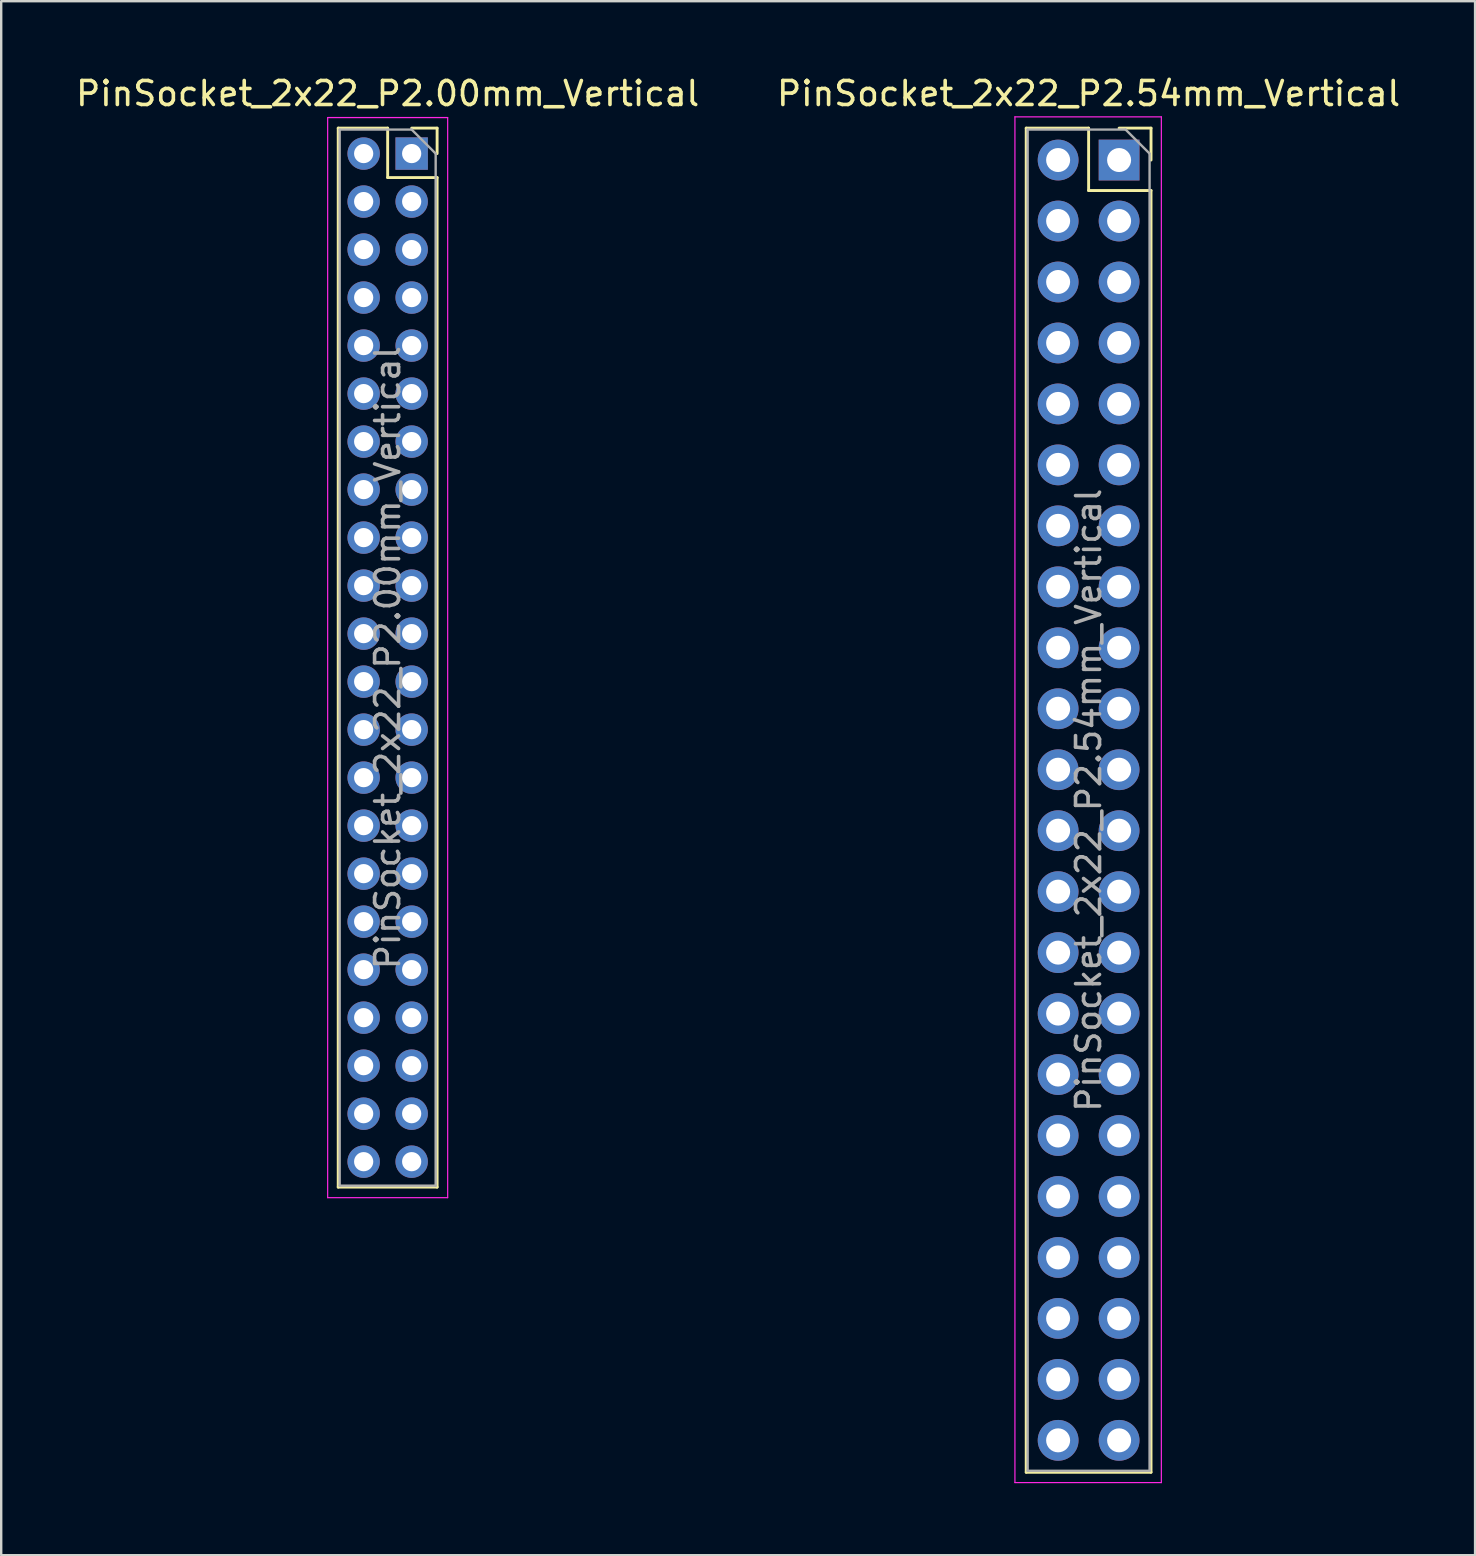
<source format=kicad_pcb>
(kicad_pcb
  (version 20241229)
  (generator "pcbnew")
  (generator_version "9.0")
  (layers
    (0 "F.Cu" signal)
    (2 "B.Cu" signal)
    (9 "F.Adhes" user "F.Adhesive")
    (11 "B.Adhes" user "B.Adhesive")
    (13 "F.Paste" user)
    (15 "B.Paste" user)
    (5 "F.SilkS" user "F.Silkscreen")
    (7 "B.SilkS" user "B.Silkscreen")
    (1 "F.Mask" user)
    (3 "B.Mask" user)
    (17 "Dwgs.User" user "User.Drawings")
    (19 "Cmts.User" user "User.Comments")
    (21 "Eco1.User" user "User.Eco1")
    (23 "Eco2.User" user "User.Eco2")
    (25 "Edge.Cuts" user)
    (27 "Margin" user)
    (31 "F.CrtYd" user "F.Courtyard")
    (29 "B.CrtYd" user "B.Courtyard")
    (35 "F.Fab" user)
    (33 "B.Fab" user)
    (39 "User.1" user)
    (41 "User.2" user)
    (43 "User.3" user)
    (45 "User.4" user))
  (footprint "PinSocket_2x22_P2.54mm_Vertical"
    (layer "F.Cu")
    (at 43.574 3.618)
    (property "Reference" "PinSocket_2x22_P2.54mm_Vertical" (at -1.27 -2.77 0) (layer "F.SilkS") (effects (font (size 1 1) (thickness 0.15))))
    (attr through_hole)
    (fp_line (start -3.87 -1.33) (end -3.87 54.67) (stroke (width 0.12) (type solid)) (layer "F.SilkS"))
    (fp_line (start -3.87 -1.33) (end -1.27 -1.33) (stroke (width 0.12) (type solid)) (layer "F.SilkS"))
    (fp_line (start -3.87 54.67) (end 1.33 54.67) (stroke (width 0.12) (type solid)) (layer "F.SilkS"))
    (fp_line (start -1.27 -1.33) (end -1.27 1.27) (stroke (width 0.12) (type solid)) (layer "F.SilkS"))
    (fp_line (start -1.27 1.27) (end 1.33 1.27) (stroke (width 0.12) (type solid)) (layer "F.SilkS"))
    (fp_line (start 0 -1.33) (end 1.33 -1.33) (stroke (width 0.12) (type solid)) (layer "F.SilkS"))
    (fp_line (start 1.33 -1.33) (end 1.33 0) (stroke (width 0.12) (type solid)) (layer "F.SilkS"))
    (fp_line (start 1.33 1.27) (end 1.33 54.67) (stroke (width 0.12) (type solid)) (layer "F.SilkS"))
    (fp_line (start -4.34 -1.8) (end 1.76 -1.8) (stroke (width 0.05) (type solid)) (layer "F.CrtYd"))
    (fp_line (start -4.34 55.1) (end -4.34 -1.8) (stroke (width 0.05) (type solid)) (layer "F.CrtYd"))
    (fp_line (start 1.76 -1.8) (end 1.76 55.1) (stroke (width 0.05) (type solid)) (layer "F.CrtYd"))
    (fp_line (start 1.76 55.1) (end -4.34 55.1) (stroke (width 0.05) (type solid)) (layer "F.CrtYd"))
    (fp_line (start -3.81 -1.27) (end 0.27 -1.27) (stroke (width 0.1) (type solid)) (layer "F.Fab"))
    (fp_line (start -3.81 54.61) (end -3.81 -1.27) (stroke (width 0.1) (type solid)) (layer "F.Fab"))
    (fp_line (start 0.27 -1.27) (end 1.27 -0.27) (stroke (width 0.1) (type solid)) (layer "F.Fab"))
    (fp_line (start 1.27 -0.27) (end 1.27 54.61) (stroke (width 0.1) (type solid)) (layer "F.Fab"))
    (fp_line (start 1.27 54.61) (end -3.81 54.61) (stroke (width 0.1) (type solid)) (layer "F.Fab"))
    (fp_text user "${REFERENCE}" (at -1.27 26.67 90) (layer "F.Fab") (effects (font (size 1 1) (thickness 0.15))))
    (pad "1" thru_hole rect (at 0 0) (size 1.7 1.7) (drill 1) (layers "*.Cu" "*.Mask"))
    (pad "2" thru_hole oval (at -2.54 0) (size 1.7 1.7) (drill 1) (layers "*.Cu" "*.Mask"))
    (pad "3" thru_hole oval (at 0 2.54) (size 1.7 1.7) (drill 1) (layers "*.Cu" "*.Mask"))
    (pad "4" thru_hole oval (at -2.54 2.54) (size 1.7 1.7) (drill 1) (layers "*.Cu" "*.Mask"))
    (pad "5" thru_hole oval (at 0 5.08) (size 1.7 1.7) (drill 1) (layers "*.Cu" "*.Mask"))
    (pad "6" thru_hole oval (at -2.54 5.08) (size 1.7 1.7) (drill 1) (layers "*.Cu" "*.Mask"))
    (pad "7" thru_hole oval (at 0 7.62) (size 1.7 1.7) (drill 1) (layers "*.Cu" "*.Mask"))
    (pad "8" thru_hole oval (at -2.54 7.62) (size 1.7 1.7) (drill 1) (layers "*.Cu" "*.Mask"))
    (pad "9" thru_hole oval (at 0 10.16) (size 1.7 1.7) (drill 1) (layers "*.Cu" "*.Mask"))
    (pad "10" thru_hole oval (at -2.54 10.16) (size 1.7 1.7) (drill 1) (layers "*.Cu" "*.Mask"))
    (pad "11" thru_hole oval (at 0 12.7) (size 1.7 1.7) (drill 1) (layers "*.Cu" "*.Mask"))
    (pad "12" thru_hole oval (at -2.54 12.7) (size 1.7 1.7) (drill 1) (layers "*.Cu" "*.Mask"))
    (pad "13" thru_hole oval (at 0 15.24) (size 1.7 1.7) (drill 1) (layers "*.Cu" "*.Mask"))
    (pad "14" thru_hole oval (at -2.54 15.24) (size 1.7 1.7) (drill 1) (layers "*.Cu" "*.Mask"))
    (pad "15" thru_hole oval (at 0 17.78) (size 1.7 1.7) (drill 1) (layers "*.Cu" "*.Mask"))
    (pad "16" thru_hole oval (at -2.54 17.78) (size 1.7 1.7) (drill 1) (layers "*.Cu" "*.Mask"))
    (pad "17" thru_hole oval (at 0 20.32) (size 1.7 1.7) (drill 1) (layers "*.Cu" "*.Mask"))
    (pad "18" thru_hole oval (at -2.54 20.32) (size 1.7 1.7) (drill 1) (layers "*.Cu" "*.Mask"))
    (pad "19" thru_hole oval (at 0 22.86) (size 1.7 1.7) (drill 1) (layers "*.Cu" "*.Mask"))
    (pad "20" thru_hole oval (at -2.54 22.86) (size 1.7 1.7) (drill 1) (layers "*.Cu" "*.Mask"))
    (pad "21" thru_hole oval (at 0 25.4) (size 1.7 1.7) (drill 1) (layers "*.Cu" "*.Mask"))
    (pad "22" thru_hole oval (at -2.54 25.4) (size 1.7 1.7) (drill 1) (layers "*.Cu" "*.Mask"))
    (pad "23" thru_hole oval (at 0 27.94) (size 1.7 1.7) (drill 1) (layers "*.Cu" "*.Mask"))
    (pad "24" thru_hole oval (at -2.54 27.94) (size 1.7 1.7) (drill 1) (layers "*.Cu" "*.Mask"))
    (pad "25" thru_hole oval (at 0 30.48) (size 1.7 1.7) (drill 1) (layers "*.Cu" "*.Mask"))
    (pad "26" thru_hole oval (at -2.54 30.48) (size 1.7 1.7) (drill 1) (layers "*.Cu" "*.Mask"))
    (pad "27" thru_hole oval (at 0 33.02) (size 1.7 1.7) (drill 1) (layers "*.Cu" "*.Mask"))
    (pad "28" thru_hole oval (at -2.54 33.02) (size 1.7 1.7) (drill 1) (layers "*.Cu" "*.Mask"))
    (pad "29" thru_hole oval (at 0 35.56) (size 1.7 1.7) (drill 1) (layers "*.Cu" "*.Mask"))
    (pad "30" thru_hole oval (at -2.54 35.56) (size 1.7 1.7) (drill 1) (layers "*.Cu" "*.Mask"))
    (pad "31" thru_hole oval (at 0 38.1) (size 1.7 1.7) (drill 1) (layers "*.Cu" "*.Mask"))
    (pad "32" thru_hole oval (at -2.54 38.1) (size 1.7 1.7) (drill 1) (layers "*.Cu" "*.Mask"))
    (pad "33" thru_hole oval (at 0 40.64) (size 1.7 1.7) (drill 1) (layers "*.Cu" "*.Mask"))
    (pad "34" thru_hole oval (at -2.54 40.64) (size 1.7 1.7) (drill 1) (layers "*.Cu" "*.Mask"))
    (pad "35" thru_hole oval (at 0 43.18) (size 1.7 1.7) (drill 1) (layers "*.Cu" "*.Mask"))
    (pad "36" thru_hole oval (at -2.54 43.18) (size 1.7 1.7) (drill 1) (layers "*.Cu" "*.Mask"))
    (pad "37" thru_hole oval (at 0 45.72) (size 1.7 1.7) (drill 1) (layers "*.Cu" "*.Mask"))
    (pad "38" thru_hole oval (at -2.54 45.72) (size 1.7 1.7) (drill 1) (layers "*.Cu" "*.Mask"))
    (pad "39" thru_hole oval (at 0 48.26) (size 1.7 1.7) (drill 1) (layers "*.Cu" "*.Mask"))
    (pad "40" thru_hole oval (at -2.54 48.26) (size 1.7 1.7) (drill 1) (layers "*.Cu" "*.Mask"))
    (pad "41" thru_hole oval (at 0 50.8) (size 1.7 1.7) (drill 1) (layers "*.Cu" "*.Mask"))
    (pad "42" thru_hole oval (at -2.54 50.8) (size 1.7 1.7) (drill 1) (layers "*.Cu" "*.Mask"))
    (pad "43" thru_hole oval (at 0 53.34) (size 1.7 1.7) (drill 1) (layers "*.Cu" "*.Mask"))
    (pad "44" thru_hole oval (at -2.54 53.34) (size 1.7 1.7) (drill 1) (layers "*.Cu" "*.Mask")))
  (footprint "PinSocket_2x22_P2.00mm_Vertical"
    (layer "F.Cu")
    (at 14.101 3.348)
    (property "Reference" "PinSocket_2x22_P2.00mm_Vertical" (at -1 -2.5 0) (layer "F.SilkS") (effects (font (size 1 1) (thickness 0.15))))
    (attr through_hole)
    (fp_line (start -3.06 -1.06) (end -3.06 43.06) (stroke (width 0.12) (type solid)) (layer "F.SilkS"))
    (fp_line (start -3.06 -1.06) (end -1 -1.06) (stroke (width 0.12) (type solid)) (layer "F.SilkS"))
    (fp_line (start -3.06 43.06) (end 1.06 43.06) (stroke (width 0.12) (type solid)) (layer "F.SilkS"))
    (fp_line (start -1 -1.06) (end -1 1) (stroke (width 0.12) (type solid)) (layer "F.SilkS"))
    (fp_line (start -1 1) (end 1.06 1) (stroke (width 0.12) (type solid)) (layer "F.SilkS"))
    (fp_line (start 0 -1.06) (end 1.06 -1.06) (stroke (width 0.12) (type solid)) (layer "F.SilkS"))
    (fp_line (start 1.06 -1.06) (end 1.06 0) (stroke (width 0.12) (type solid)) (layer "F.SilkS"))
    (fp_line (start 1.06 1) (end 1.06 43.06) (stroke (width 0.12) (type solid)) (layer "F.SilkS"))
    (fp_line (start -3.5 -1.5) (end 1.5 -1.5) (stroke (width 0.05) (type solid)) (layer "F.CrtYd"))
    (fp_line (start -3.5 43.5) (end -3.5 -1.5) (stroke (width 0.05) (type solid)) (layer "F.CrtYd"))
    (fp_line (start 1.5 -1.5) (end 1.5 43.5) (stroke (width 0.05) (type solid)) (layer "F.CrtYd"))
    (fp_line (start 1.5 43.5) (end -3.5 43.5) (stroke (width 0.05) (type solid)) (layer "F.CrtYd"))
    (fp_line (start -3 -1) (end 0 -1) (stroke (width 0.1) (type solid)) (layer "F.Fab"))
    (fp_line (start -3 43) (end -3 -1) (stroke (width 0.1) (type solid)) (layer "F.Fab"))
    (fp_line (start 0 -1) (end 1 0) (stroke (width 0.1) (type solid)) (layer "F.Fab"))
    (fp_line (start 1 0) (end 1 43) (stroke (width 0.1) (type solid)) (layer "F.Fab"))
    (fp_line (start 1 43) (end -3 43) (stroke (width 0.1) (type solid)) (layer "F.Fab"))
    (fp_text user "${REFERENCE}" (at -1 21 90) (layer "F.Fab") (effects (font (size 1 1) (thickness 0.15))))
    (pad "1" thru_hole rect (at 0 0) (size 1.35 1.35) (drill 0.8) (layers "*.Cu" "*.Mask"))
    (pad "2" thru_hole oval (at -2 0) (size 1.35 1.35) (drill 0.8) (layers "*.Cu" "*.Mask"))
    (pad "3" thru_hole oval (at 0 2) (size 1.35 1.35) (drill 0.8) (layers "*.Cu" "*.Mask"))
    (pad "4" thru_hole oval (at -2 2) (size 1.35 1.35) (drill 0.8) (layers "*.Cu" "*.Mask"))
    (pad "5" thru_hole oval (at 0 4) (size 1.35 1.35) (drill 0.8) (layers "*.Cu" "*.Mask"))
    (pad "6" thru_hole oval (at -2 4) (size 1.35 1.35) (drill 0.8) (layers "*.Cu" "*.Mask"))
    (pad "7" thru_hole oval (at 0 6) (size 1.35 1.35) (drill 0.8) (layers "*.Cu" "*.Mask"))
    (pad "8" thru_hole oval (at -2 6) (size 1.35 1.35) (drill 0.8) (layers "*.Cu" "*.Mask"))
    (pad "9" thru_hole oval (at 0 8) (size 1.35 1.35) (drill 0.8) (layers "*.Cu" "*.Mask"))
    (pad "10" thru_hole oval (at -2 8) (size 1.35 1.35) (drill 0.8) (layers "*.Cu" "*.Mask"))
    (pad "11" thru_hole oval (at 0 10) (size 1.35 1.35) (drill 0.8) (layers "*.Cu" "*.Mask"))
    (pad "12" thru_hole oval (at -2 10) (size 1.35 1.35) (drill 0.8) (layers "*.Cu" "*.Mask"))
    (pad "13" thru_hole oval (at 0 12) (size 1.35 1.35) (drill 0.8) (layers "*.Cu" "*.Mask"))
    (pad "14" thru_hole oval (at -2 12) (size 1.35 1.35) (drill 0.8) (layers "*.Cu" "*.Mask"))
    (pad "15" thru_hole oval (at 0 14) (size 1.35 1.35) (drill 0.8) (layers "*.Cu" "*.Mask"))
    (pad "16" thru_hole oval (at -2 14) (size 1.35 1.35) (drill 0.8) (layers "*.Cu" "*.Mask"))
    (pad "17" thru_hole oval (at 0 16) (size 1.35 1.35) (drill 0.8) (layers "*.Cu" "*.Mask"))
    (pad "18" thru_hole oval (at -2 16) (size 1.35 1.35) (drill 0.8) (layers "*.Cu" "*.Mask"))
    (pad "19" thru_hole oval (at 0 18) (size 1.35 1.35) (drill 0.8) (layers "*.Cu" "*.Mask"))
    (pad "20" thru_hole oval (at -2 18) (size 1.35 1.35) (drill 0.8) (layers "*.Cu" "*.Mask"))
    (pad "21" thru_hole oval (at 0 20) (size 1.35 1.35) (drill 0.8) (layers "*.Cu" "*.Mask"))
    (pad "22" thru_hole oval (at -2 20) (size 1.35 1.35) (drill 0.8) (layers "*.Cu" "*.Mask"))
    (pad "23" thru_hole oval (at 0 22) (size 1.35 1.35) (drill 0.8) (layers "*.Cu" "*.Mask"))
    (pad "24" thru_hole oval (at -2 22) (size 1.35 1.35) (drill 0.8) (layers "*.Cu" "*.Mask"))
    (pad "25" thru_hole oval (at 0 24) (size 1.35 1.35) (drill 0.8) (layers "*.Cu" "*.Mask"))
    (pad "26" thru_hole oval (at -2 24) (size 1.35 1.35) (drill 0.8) (layers "*.Cu" "*.Mask"))
    (pad "27" thru_hole oval (at 0 26) (size 1.35 1.35) (drill 0.8) (layers "*.Cu" "*.Mask"))
    (pad "28" thru_hole oval (at -2 26) (size 1.35 1.35) (drill 0.8) (layers "*.Cu" "*.Mask"))
    (pad "29" thru_hole oval (at 0 28) (size 1.35 1.35) (drill 0.8) (layers "*.Cu" "*.Mask"))
    (pad "30" thru_hole oval (at -2 28) (size 1.35 1.35) (drill 0.8) (layers "*.Cu" "*.Mask"))
    (pad "31" thru_hole oval (at 0 30) (size 1.35 1.35) (drill 0.8) (layers "*.Cu" "*.Mask"))
    (pad "32" thru_hole oval (at -2 30) (size 1.35 1.35) (drill 0.8) (layers "*.Cu" "*.Mask"))
    (pad "33" thru_hole oval (at 0 32) (size 1.35 1.35) (drill 0.8) (layers "*.Cu" "*.Mask"))
    (pad "34" thru_hole oval (at -2 32) (size 1.35 1.35) (drill 0.8) (layers "*.Cu" "*.Mask"))
    (pad "35" thru_hole oval (at 0 34) (size 1.35 1.35) (drill 0.8) (layers "*.Cu" "*.Mask"))
    (pad "36" thru_hole oval (at -2 34) (size 1.35 1.35) (drill 0.8) (layers "*.Cu" "*.Mask"))
    (pad "37" thru_hole oval (at 0 36) (size 1.35 1.35) (drill 0.8) (layers "*.Cu" "*.Mask"))
    (pad "38" thru_hole oval (at -2 36) (size 1.35 1.35) (drill 0.8) (layers "*.Cu" "*.Mask"))
    (pad "39" thru_hole oval (at 0 38) (size 1.35 1.35) (drill 0.8) (layers "*.Cu" "*.Mask"))
    (pad "40" thru_hole oval (at -2 38) (size 1.35 1.35) (drill 0.8) (layers "*.Cu" "*.Mask"))
    (pad "41" thru_hole oval (at 0 40) (size 1.35 1.35) (drill 0.8) (layers "*.Cu" "*.Mask"))
    (pad "42" thru_hole oval (at -2 40) (size 1.35 1.35) (drill 0.8) (layers "*.Cu" "*.Mask"))
    (pad "43" thru_hole oval (at 0 42) (size 1.35 1.35) (drill 0.8) (layers "*.Cu" "*.Mask"))
    (pad "44" thru_hole oval (at -2 42) (size 1.35 1.35) (drill 0.8) (layers "*.Cu" "*.Mask")))
  (gr_rect
    (start -3 -3)
    (end 58.405 61.743)
    (stroke (width 0.1) (type default))
    (fill no)
    (layer "Edge.Cuts")))
</source>
